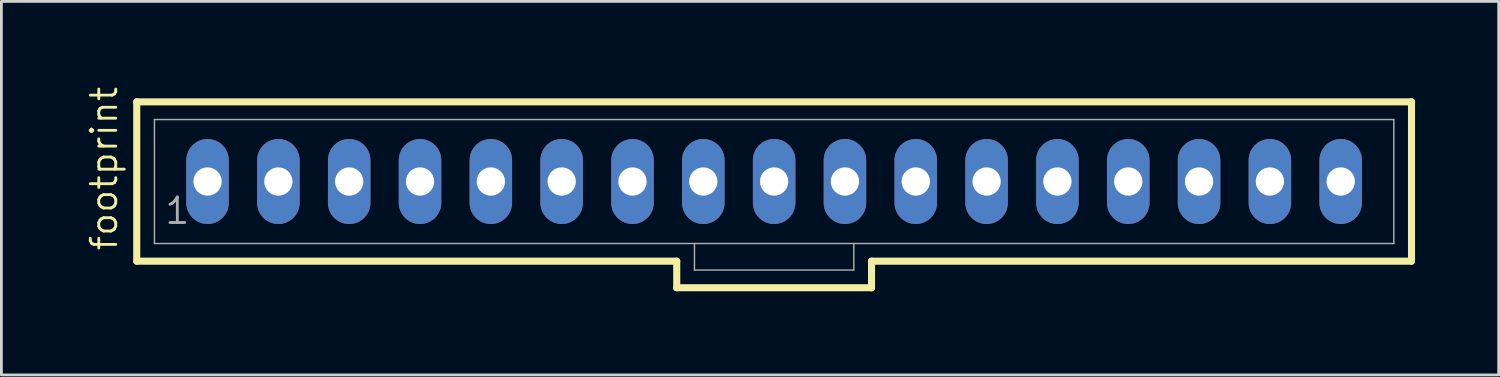
<source format=kicad_pcb>
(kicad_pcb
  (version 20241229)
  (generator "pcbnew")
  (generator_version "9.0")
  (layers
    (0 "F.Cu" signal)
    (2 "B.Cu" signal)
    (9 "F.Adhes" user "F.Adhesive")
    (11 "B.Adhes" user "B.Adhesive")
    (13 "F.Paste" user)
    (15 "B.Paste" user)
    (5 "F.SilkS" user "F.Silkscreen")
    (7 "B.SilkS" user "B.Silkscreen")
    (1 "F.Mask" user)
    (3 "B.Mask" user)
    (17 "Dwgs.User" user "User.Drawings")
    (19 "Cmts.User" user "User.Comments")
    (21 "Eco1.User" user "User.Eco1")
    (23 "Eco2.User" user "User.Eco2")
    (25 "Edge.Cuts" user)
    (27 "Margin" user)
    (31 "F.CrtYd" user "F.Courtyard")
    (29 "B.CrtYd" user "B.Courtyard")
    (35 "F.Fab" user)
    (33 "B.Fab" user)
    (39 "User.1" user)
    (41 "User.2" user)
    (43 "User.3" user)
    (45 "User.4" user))
  (footprint "footprint"
    (layer "F.Cu")
    (at 24.714 3.46)
    (property "Reference" "footprint" (at -23.495 2.54 90) (layer "F.SilkS") (effects (font (size 0.914 0.914) (thickness 0.102)) (justify left bottom)))
    (fp_line (start -22.86 -2.857) (end -22.86 2.857) (stroke (width 0.254) (type solid)) (layer "F.SilkS"))
    (fp_line (start -22.86 2.857) (end -3.493 2.857) (stroke (width 0.254) (type solid)) (layer "F.SilkS"))
    (fp_line (start -3.493 2.857) (end -3.493 3.81) (stroke (width 0.254) (type solid)) (layer "F.SilkS"))
    (fp_line (start -3.493 3.81) (end 3.493 3.81) (stroke (width 0.254) (type solid)) (layer "F.SilkS"))
    (fp_line (start 3.493 2.857) (end 22.86 2.857) (stroke (width 0.254) (type solid)) (layer "F.SilkS"))
    (fp_line (start 3.493 3.81) (end 3.493 2.857) (stroke (width 0.254) (type solid)) (layer "F.SilkS"))
    (fp_line (start 22.86 -2.857) (end -22.86 -2.857) (stroke (width 0.254) (type solid)) (layer "F.SilkS"))
    (fp_line (start 22.86 2.857) (end 22.86 -2.857) (stroke (width 0.254) (type solid)) (layer "F.SilkS"))
    (fp_line (start -22.225 -2.223) (end -22.225 2.223) (stroke (width 0.051) (type solid)) (layer "F.Fab"))
    (fp_line (start -22.225 -2.223) (end 22.225 -2.223) (stroke (width 0.051) (type solid)) (layer "F.Fab"))
    (fp_line (start -22.225 2.223) (end -2.857 2.223) (stroke (width 0.051) (type solid)) (layer "F.Fab"))
    (fp_line (start -2.857 2.223) (end -2.857 3.175) (stroke (width 0.051) (type solid)) (layer "F.Fab"))
    (fp_line (start -2.857 2.223) (end 2.857 2.223) (stroke (width 0.051) (type solid)) (layer "F.Fab"))
    (fp_line (start 2.857 2.223) (end 2.857 3.175) (stroke (width 0.051) (type solid)) (layer "F.Fab"))
    (fp_line (start 2.857 2.223) (end 22.225 2.223) (stroke (width 0.051) (type solid)) (layer "F.Fab"))
    (fp_line (start 2.857 3.175) (end -2.857 3.175) (stroke (width 0.051) (type solid)) (layer "F.Fab"))
    (fp_line (start 22.225 -2.223) (end 22.225 2.223) (stroke (width 0.051) (type solid)) (layer "F.Fab"))
    (fp_poly (pts (xy -20.558 0.238) (xy -20.082 0.238) (xy -20.082 -0.238) (xy -20.558 -0.238)) (stroke (width 0.1) (type solid)) (fill no) (layer "F.Fab"))
    (fp_poly (pts (xy -18.018 0.238) (xy -17.542 0.238) (xy -17.542 -0.238) (xy -18.018 -0.238)) (stroke (width 0.1) (type solid)) (fill no) (layer "F.Fab"))
    (fp_poly (pts (xy -15.478 0.238) (xy -15.002 0.238) (xy -15.002 -0.238) (xy -15.478 -0.238)) (stroke (width 0.1) (type solid)) (fill no) (layer "F.Fab"))
    (fp_poly (pts (xy -12.938 0.238) (xy -12.462 0.238) (xy -12.462 -0.238) (xy -12.938 -0.238)) (stroke (width 0.1) (type solid)) (fill no) (layer "F.Fab"))
    (fp_poly (pts (xy -10.398 0.238) (xy -9.922 0.238) (xy -9.922 -0.238) (xy -10.398 -0.238)) (stroke (width 0.1) (type solid)) (fill no) (layer "F.Fab"))
    (fp_poly (pts (xy -7.858 0.238) (xy -7.382 0.238) (xy -7.382 -0.238) (xy -7.858 -0.238)) (stroke (width 0.1) (type solid)) (fill no) (layer "F.Fab"))
    (fp_poly (pts (xy -5.318 0.238) (xy -4.842 0.238) (xy -4.842 -0.238) (xy -5.318 -0.238)) (stroke (width 0.1) (type solid)) (fill no) (layer "F.Fab"))
    (fp_poly (pts (xy -2.778 0.238) (xy -2.302 0.238) (xy -2.302 -0.238) (xy -2.778 -0.238)) (stroke (width 0.1) (type solid)) (fill no) (layer "F.Fab"))
    (fp_poly (pts (xy -0.238 0.238) (xy 0.238 0.238) (xy 0.238 -0.238) (xy -0.238 -0.238)) (stroke (width 0.1) (type solid)) (fill no) (layer "F.Fab"))
    (fp_poly (pts (xy 2.302 0.238) (xy 2.778 0.238) (xy 2.778 -0.238) (xy 2.302 -0.238)) (stroke (width 0.1) (type solid)) (fill no) (layer "F.Fab"))
    (fp_poly (pts (xy 4.842 0.238) (xy 5.318 0.238) (xy 5.318 -0.238) (xy 4.842 -0.238)) (stroke (width 0.1) (type solid)) (fill no) (layer "F.Fab"))
    (fp_poly (pts (xy 7.382 0.238) (xy 7.858 0.238) (xy 7.858 -0.238) (xy 7.382 -0.238)) (stroke (width 0.1) (type solid)) (fill no) (layer "F.Fab"))
    (fp_poly (pts (xy 9.922 0.238) (xy 10.398 0.238) (xy 10.398 -0.238) (xy 9.922 -0.238)) (stroke (width 0.1) (type solid)) (fill no) (layer "F.Fab"))
    (fp_poly (pts (xy 12.462 0.238) (xy 12.938 0.238) (xy 12.938 -0.238) (xy 12.462 -0.238)) (stroke (width 0.1) (type solid)) (fill no) (layer "F.Fab"))
    (fp_poly (pts (xy 15.002 0.238) (xy 15.478 0.238) (xy 15.478 -0.238) (xy 15.002 -0.238)) (stroke (width 0.1) (type solid)) (fill no) (layer "F.Fab"))
    (fp_poly (pts (xy 17.542 0.238) (xy 18.018 0.238) (xy 18.018 -0.238) (xy 17.542 -0.238)) (stroke (width 0.1) (type solid)) (fill no) (layer "F.Fab"))
    (fp_poly (pts (xy 20.082 0.238) (xy 20.558 0.238) (xy 20.558 -0.238) (xy 20.082 -0.238)) (stroke (width 0.1) (type solid)) (fill no) (layer "F.Fab"))
    (fp_text user "1" (at -21.907 1.587 0) (layer "F.Fab") (effects (font (size 0.914 0.914) (thickness 0.102)) (justify left bottom)))
    (pad "1" thru_hole oval (at -20.32 0 90) (size 3.048 1.524) (drill 1.016) (layers "*.Cu" "*.Mask"))
    (pad "2" thru_hole oval (at -17.78 0 90) (size 3.048 1.524) (drill 1.016) (layers "*.Cu" "*.Mask"))
    (pad "3" thru_hole oval (at -15.24 0 90) (size 3.048 1.524) (drill 1.016) (layers "*.Cu" "*.Mask"))
    (pad "4" thru_hole oval (at -12.7 0 90) (size 3.048 1.524) (drill 1.016) (layers "*.Cu" "*.Mask"))
    (pad "5" thru_hole oval (at -10.16 0 90) (size 3.048 1.524) (drill 1.016) (layers "*.Cu" "*.Mask"))
    (pad "6" thru_hole oval (at -7.62 0 90) (size 3.048 1.524) (drill 1.016) (layers "*.Cu" "*.Mask"))
    (pad "7" thru_hole oval (at -5.08 0 90) (size 3.048 1.524) (drill 1.016) (layers "*.Cu" "*.Mask"))
    (pad "8" thru_hole oval (at -2.54 0 90) (size 3.048 1.524) (drill 1.016) (layers "*.Cu" "*.Mask"))
    (pad "9" thru_hole oval (at 0 0 90) (size 3.048 1.524) (drill 1.016) (layers "*.Cu" "*.Mask"))
    (pad "10" thru_hole oval (at 2.54 0 90) (size 3.048 1.524) (drill 1.016) (layers "*.Cu" "*.Mask"))
    (pad "11" thru_hole oval (at 5.08 0 90) (size 3.048 1.524) (drill 1.016) (layers "*.Cu" "*.Mask"))
    (pad "12" thru_hole oval (at 7.62 0 90) (size 3.048 1.524) (drill 1.016) (layers "*.Cu" "*.Mask"))
    (pad "13" thru_hole oval (at 10.16 0 90) (size 3.048 1.524) (drill 1.016) (layers "*.Cu" "*.Mask"))
    (pad "14" thru_hole oval (at 12.7 0 90) (size 3.048 1.524) (drill 1.016) (layers "*.Cu" "*.Mask"))
    (pad "15" thru_hole oval (at 15.24 0 90) (size 3.048 1.524) (drill 1.016) (layers "*.Cu" "*.Mask"))
    (pad "16" thru_hole oval (at 17.78 0 90) (size 3.048 1.524) (drill 1.016) (layers "*.Cu" "*.Mask"))
    (pad "17" thru_hole oval (at 20.32 0 90) (size 3.048 1.524) (drill 1.016) (layers "*.Cu" "*.Mask")))
  (gr_rect
    (start -3 -3)
    (end 50.701 10.397)
    (stroke (width 0.1) (type default))
    (fill no)
    (layer "Edge.Cuts")))
</source>
